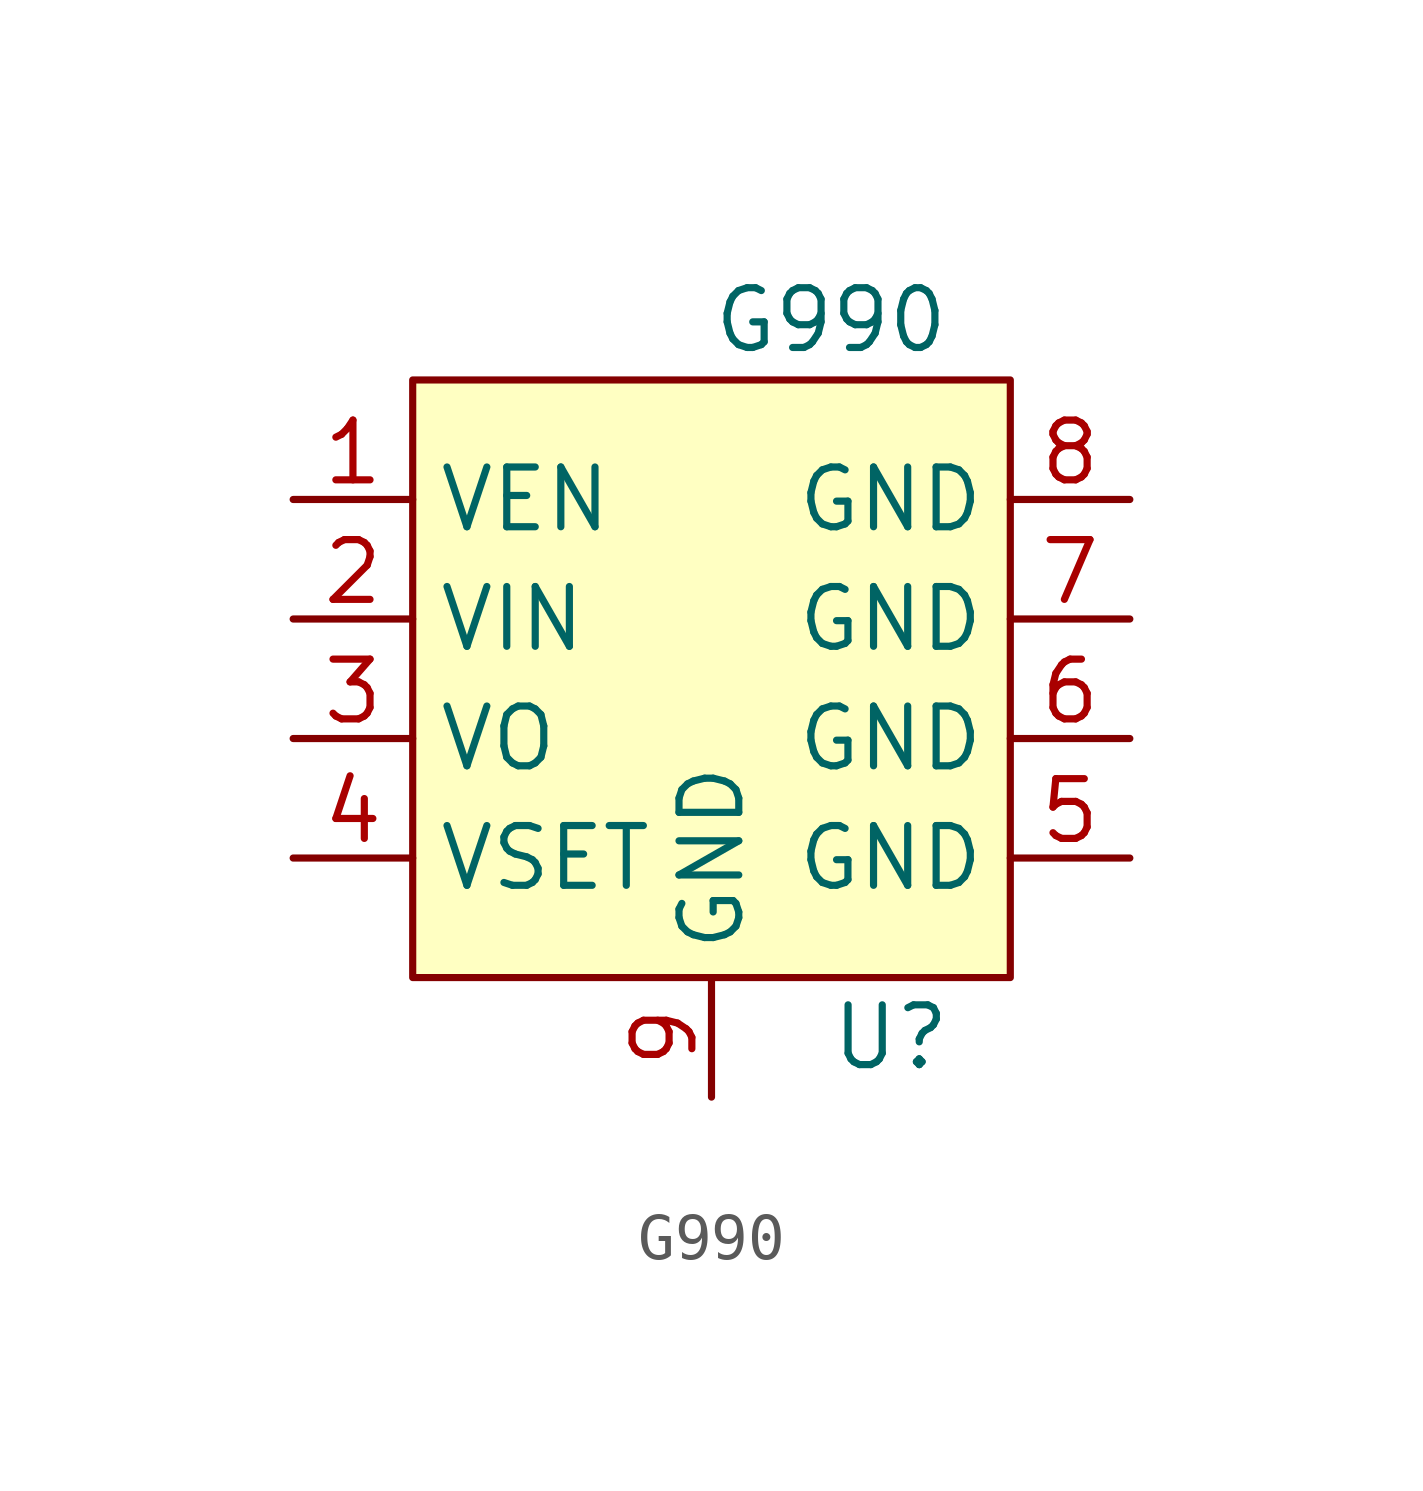
<source format=kicad_sym>
(kicad_symbol_lib
  (version 20211014)
  (generator kicad_symbol_editor)
  (symbol "G990"
    (property "Reference" "U"
      (at 3.81 -7.62 0)
      (effects (font (size 1.27 1.27))))
    (property "Value" "G990"
      (at 2.54 7.62 0)
      (effects (font (size 1.27 1.27))))
    (symbol "G990_0_1"
      (rectangle (start -6.35 6.35) (end 6.35 -6.35) (stroke (width 0.152) (type default) (color 0 0 0 0)) (fill (type background))))
    (symbol "G990_1_1"
      (pin input line (at -8.89 3.81 0) (length 2.54) (name "VEN" (effects (font (size 1.27 1.27)))) (number "1" (effects (font (size 1.27 1.27)))))
      (pin input line (at -8.89 1.27 0) (length 2.54) (name "VIN" (effects (font (size 1.27 1.27)))) (number "2" (effects (font (size 1.27 1.27)))))
      (pin input line (at -8.89 -1.27 0) (length 2.54) (name "VO" (effects (font (size 1.27 1.27)))) (number "3" (effects (font (size 1.27 1.27)))))
      (pin input line (at -8.89 -3.81 0) (length 2.54) (name "VSET" (effects (font (size 1.27 1.27)))) (number "4" (effects (font (size 1.27 1.27)))))
      (pin input line (at 8.89 -3.81 180) (length 2.54) (name "GND" (effects (font (size 1.27 1.27)))) (number "5" (effects (font (size 1.27 1.27)))))
      (pin input line (at 8.89 -1.27 180) (length 2.54) (name "GND" (effects (font (size 1.27 1.27)))) (number "6" (effects (font (size 1.27 1.27)))))
      (pin input line (at 8.89 1.27 180) (length 2.54) (name "GND" (effects (font (size 1.27 1.27)))) (number "7" (effects (font (size 1.27 1.27)))))
      (pin input line (at 8.89 3.81 180) (length 2.54) (name "GND" (effects (font (size 1.27 1.27)))) (number "8" (effects (font (size 1.27 1.27)))))
      (pin input line (at 0 -8.89 90) (length 2.54) (name "GND" (effects (font (size 1.27 1.27)))) (number "9" (effects (font (size 1.27 1.27))))))))
</source>
